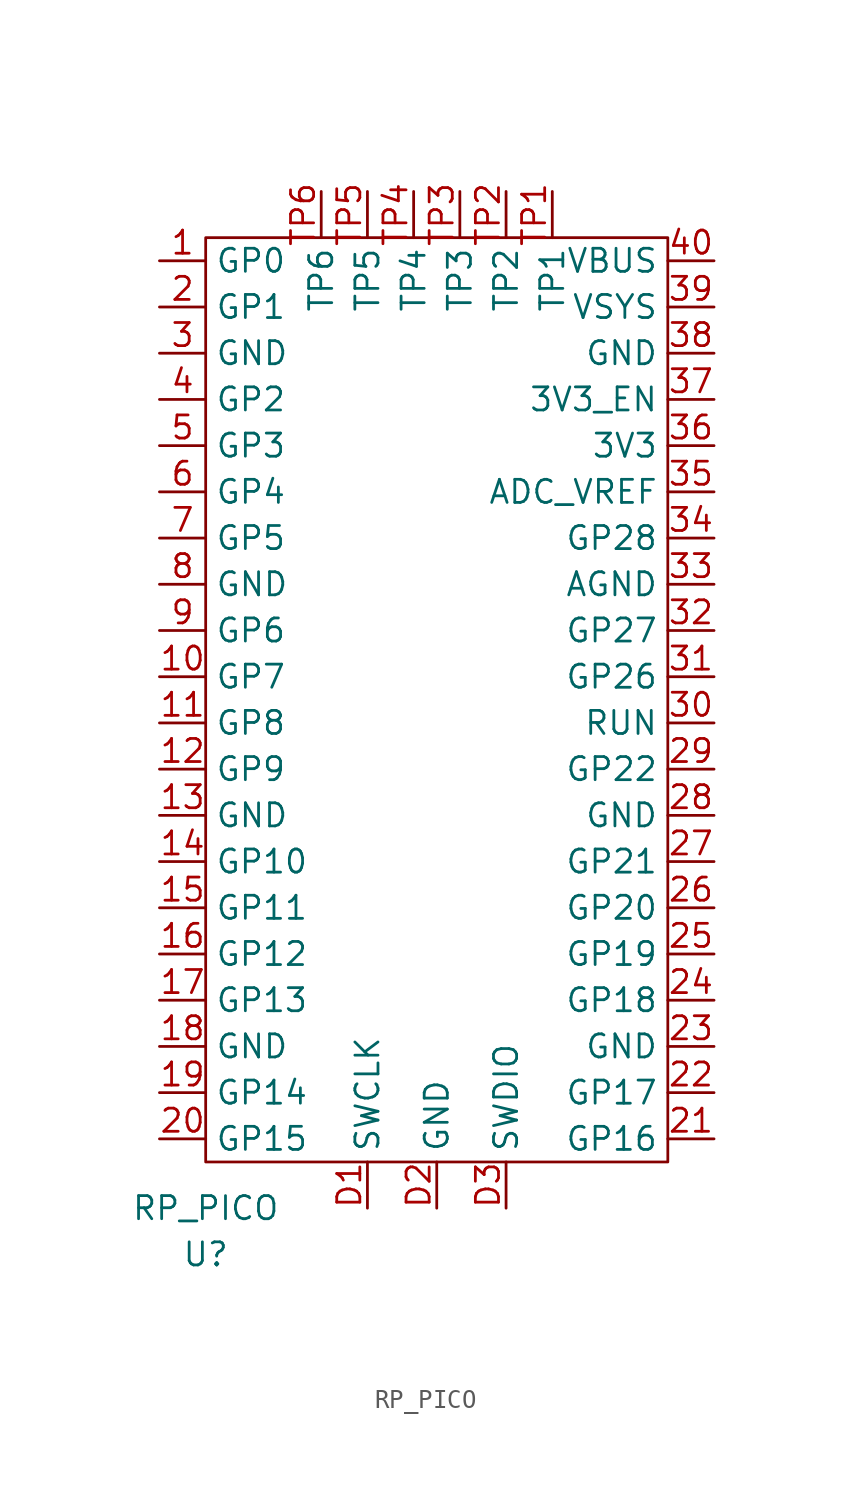
<source format=kicad_sym>
(kicad_symbol_lib
  (version 20211014)
  (generator kicad_symbol_editor)
  (symbol "RP_PICO"
    (property "Reference" "U"
      (at -12.7 -55.88 0)
      (effects (font (size 1.27 1.27))))
    (property "Value" "RP_PICO"
      (at -12.7 -53.34 0)
      (effects (font (size 1.27 1.27))))
    (symbol "RP_PICO_0_1"
      (rectangle (start -12.7 0) (end 12.7 -50.8) (stroke (width 0.152) (type default) (color 0 0 0 0)) (fill (type none))))
    (symbol "RP_PICO_1_1"
      (pin input line (at -15.24 -1.27 0) (length 2.54) (name "GP0" (effects (font (size 1.27 1.27)))) (number "1" (effects (font (size 1.27 1.27)))))
      (pin input line (at -15.24 -24.13 0) (length 2.54) (name "GP7" (effects (font (size 1.27 1.27)))) (number "10" (effects (font (size 1.27 1.27)))))
      (pin input line (at -15.24 -26.67 0) (length 2.54) (name "GP8" (effects (font (size 1.27 1.27)))) (number "11" (effects (font (size 1.27 1.27)))))
      (pin input line (at -15.24 -29.21 0) (length 2.54) (name "GP9" (effects (font (size 1.27 1.27)))) (number "12" (effects (font (size 1.27 1.27)))))
      (pin input line (at -15.24 -31.75 0) (length 2.54) (name "GND" (effects (font (size 1.27 1.27)))) (number "13" (effects (font (size 1.27 1.27)))))
      (pin input line (at -15.24 -34.29 0) (length 2.54) (name "GP10" (effects (font (size 1.27 1.27)))) (number "14" (effects (font (size 1.27 1.27)))))
      (pin input line (at -15.24 -36.83 0) (length 2.54) (name "GP11" (effects (font (size 1.27 1.27)))) (number "15" (effects (font (size 1.27 1.27)))))
      (pin input line (at -15.24 -39.37 0) (length 2.54) (name "GP12" (effects (font (size 1.27 1.27)))) (number "16" (effects (font (size 1.27 1.27)))))
      (pin input line (at -15.24 -41.91 0) (length 2.54) (name "GP13" (effects (font (size 1.27 1.27)))) (number "17" (effects (font (size 1.27 1.27)))))
      (pin input line (at -15.24 -44.45 0) (length 2.54) (name "GND" (effects (font (size 1.27 1.27)))) (number "18" (effects (font (size 1.27 1.27)))))
      (pin input line (at -15.24 -46.99 0) (length 2.54) (name "GP14" (effects (font (size 1.27 1.27)))) (number "19" (effects (font (size 1.27 1.27)))))
      (pin input line (at -15.24 -3.81 0) (length 2.54) (name "GP1" (effects (font (size 1.27 1.27)))) (number "2" (effects (font (size 1.27 1.27)))))
      (pin input line (at -15.24 -49.53 0) (length 2.54) (name "GP15" (effects (font (size 1.27 1.27)))) (number "20" (effects (font (size 1.27 1.27)))))
      (pin input line (at 15.24 -49.53 180) (length 2.54) (name "GP16" (effects (font (size 1.27 1.27)))) (number "21" (effects (font (size 1.27 1.27)))))
      (pin input line (at 15.24 -46.99 180) (length 2.54) (name "GP17" (effects (font (size 1.27 1.27)))) (number "22" (effects (font (size 1.27 1.27)))))
      (pin input line (at 15.24 -44.45 180) (length 2.54) (name "GND" (effects (font (size 1.27 1.27)))) (number "23" (effects (font (size 1.27 1.27)))))
      (pin input line (at 15.24 -41.91 180) (length 2.54) (name "GP18" (effects (font (size 1.27 1.27)))) (number "24" (effects (font (size 1.27 1.27)))))
      (pin input line (at 15.24 -39.37 180) (length 2.54) (name "GP19" (effects (font (size 1.27 1.27)))) (number "25" (effects (font (size 1.27 1.27)))))
      (pin input line (at 15.24 -36.83 180) (length 2.54) (name "GP20" (effects (font (size 1.27 1.27)))) (number "26" (effects (font (size 1.27 1.27)))))
      (pin input line (at 15.24 -34.29 180) (length 2.54) (name "GP21" (effects (font (size 1.27 1.27)))) (number "27" (effects (font (size 1.27 1.27)))))
      (pin input line (at 15.24 -31.75 180) (length 2.54) (name "GND" (effects (font (size 1.27 1.27)))) (number "28" (effects (font (size 1.27 1.27)))))
      (pin input line (at 15.24 -29.21 180) (length 2.54) (name "GP22" (effects (font (size 1.27 1.27)))) (number "29" (effects (font (size 1.27 1.27)))))
      (pin input line (at -15.24 -6.35 0) (length 2.54) (name "GND" (effects (font (size 1.27 1.27)))) (number "3" (effects (font (size 1.27 1.27)))))
      (pin input line (at 15.24 -26.67 180) (length 2.54) (name "RUN" (effects (font (size 1.27 1.27)))) (number "30" (effects (font (size 1.27 1.27)))))
      (pin input line (at 15.24 -24.13 180) (length 2.54) (name "GP26" (effects (font (size 1.27 1.27)))) (number "31" (effects (font (size 1.27 1.27)))))
      (pin input line (at 15.24 -21.59 180) (length 2.54) (name "GP27" (effects (font (size 1.27 1.27)))) (number "32" (effects (font (size 1.27 1.27)))))
      (pin input line (at 15.24 -19.05 180) (length 2.54) (name "AGND" (effects (font (size 1.27 1.27)))) (number "33" (effects (font (size 1.27 1.27)))))
      (pin input line (at 15.24 -16.51 180) (length 2.54) (name "GP28" (effects (font (size 1.27 1.27)))) (number "34" (effects (font (size 1.27 1.27)))))
      (pin input line (at 15.24 -13.97 180) (length 2.54) (name "ADC_VREF" (effects (font (size 1.27 1.27)))) (number "35" (effects (font (size 1.27 1.27)))))
      (pin input line (at 15.24 -11.43 180) (length 2.54) (name "3V3" (effects (font (size 1.27 1.27)))) (number "36" (effects (font (size 1.27 1.27)))))
      (pin input line (at 15.24 -8.89 180) (length 2.54) (name "3V3_EN" (effects (font (size 1.27 1.27)))) (number "37" (effects (font (size 1.27 1.27)))))
      (pin input line (at 15.24 -6.35 180) (length 2.54) (name "GND" (effects (font (size 1.27 1.27)))) (number "38" (effects (font (size 1.27 1.27)))))
      (pin input line (at 15.24 -3.81 180) (length 2.54) (name "VSYS" (effects (font (size 1.27 1.27)))) (number "39" (effects (font (size 1.27 1.27)))))
      (pin input line (at -15.24 -8.89 0) (length 2.54) (name "GP2" (effects (font (size 1.27 1.27)))) (number "4" (effects (font (size 1.27 1.27)))))
      (pin input line (at 15.24 -1.27 180) (length 2.54) (name "VBUS" (effects (font (size 1.27 1.27)))) (number "40" (effects (font (size 1.27 1.27)))))
      (pin input line (at -15.24 -11.43 0) (length 2.54) (name "GP3" (effects (font (size 1.27 1.27)))) (number "5" (effects (font (size 1.27 1.27)))))
      (pin input line (at -15.24 -13.97 0) (length 2.54) (name "GP4" (effects (font (size 1.27 1.27)))) (number "6" (effects (font (size 1.27 1.27)))))
      (pin input line (at -15.24 -16.51 0) (length 2.54) (name "GP5" (effects (font (size 1.27 1.27)))) (number "7" (effects (font (size 1.27 1.27)))))
      (pin input line (at -15.24 -19.05 0) (length 2.54) (name "GND" (effects (font (size 1.27 1.27)))) (number "8" (effects (font (size 1.27 1.27)))))
      (pin input line (at -15.24 -21.59 0) (length 2.54) (name "GP6" (effects (font (size 1.27 1.27)))) (number "9" (effects (font (size 1.27 1.27)))))
      (pin input line (at -3.81 -53.34 90) (length 2.54) (name "SWCLK" (effects (font (size 1.27 1.27)))) (number "D1" (effects (font (size 1.27 1.27)))))
      (pin input line (at 0 -53.34 90) (length 2.54) (name "GND" (effects (font (size 1.27 1.27)))) (number "D2" (effects (font (size 1.27 1.27)))))
      (pin input line (at 3.81 -53.34 90) (length 2.54) (name "SWDIO" (effects (font (size 1.27 1.27)))) (number "D3" (effects (font (size 1.27 1.27)))))
      (pin output line (at 6.35 2.54 270) (length 2.54) (name "TP1" (effects (font (size 1.27 1.27)))) (number "TP1" (effects (font (size 1.27 1.27)))))
      (pin output line (at 3.81 2.54 270) (length 2.54) (name "TP2" (effects (font (size 1.27 1.27)))) (number "TP2" (effects (font (size 1.27 1.27)))))
      (pin output line (at 1.27 2.54 270) (length 2.54) (name "TP3" (effects (font (size 1.27 1.27)))) (number "TP3" (effects (font (size 1.27 1.27)))))
      (pin output line (at -1.27 2.54 270) (length 2.54) (name "TP4" (effects (font (size 1.27 1.27)))) (number "TP4" (effects (font (size 1.27 1.27)))))
      (pin output line (at -3.81 2.54 270) (length 2.54) (name "TP5" (effects (font (size 1.27 1.27)))) (number "TP5" (effects (font (size 1.27 1.27)))))
      (pin output line (at -6.35 2.54 270) (length 2.54) (name "TP6" (effects (font (size 1.27 1.27)))) (number "TP6" (effects (font (size 1.27 1.27))))))))
</source>
